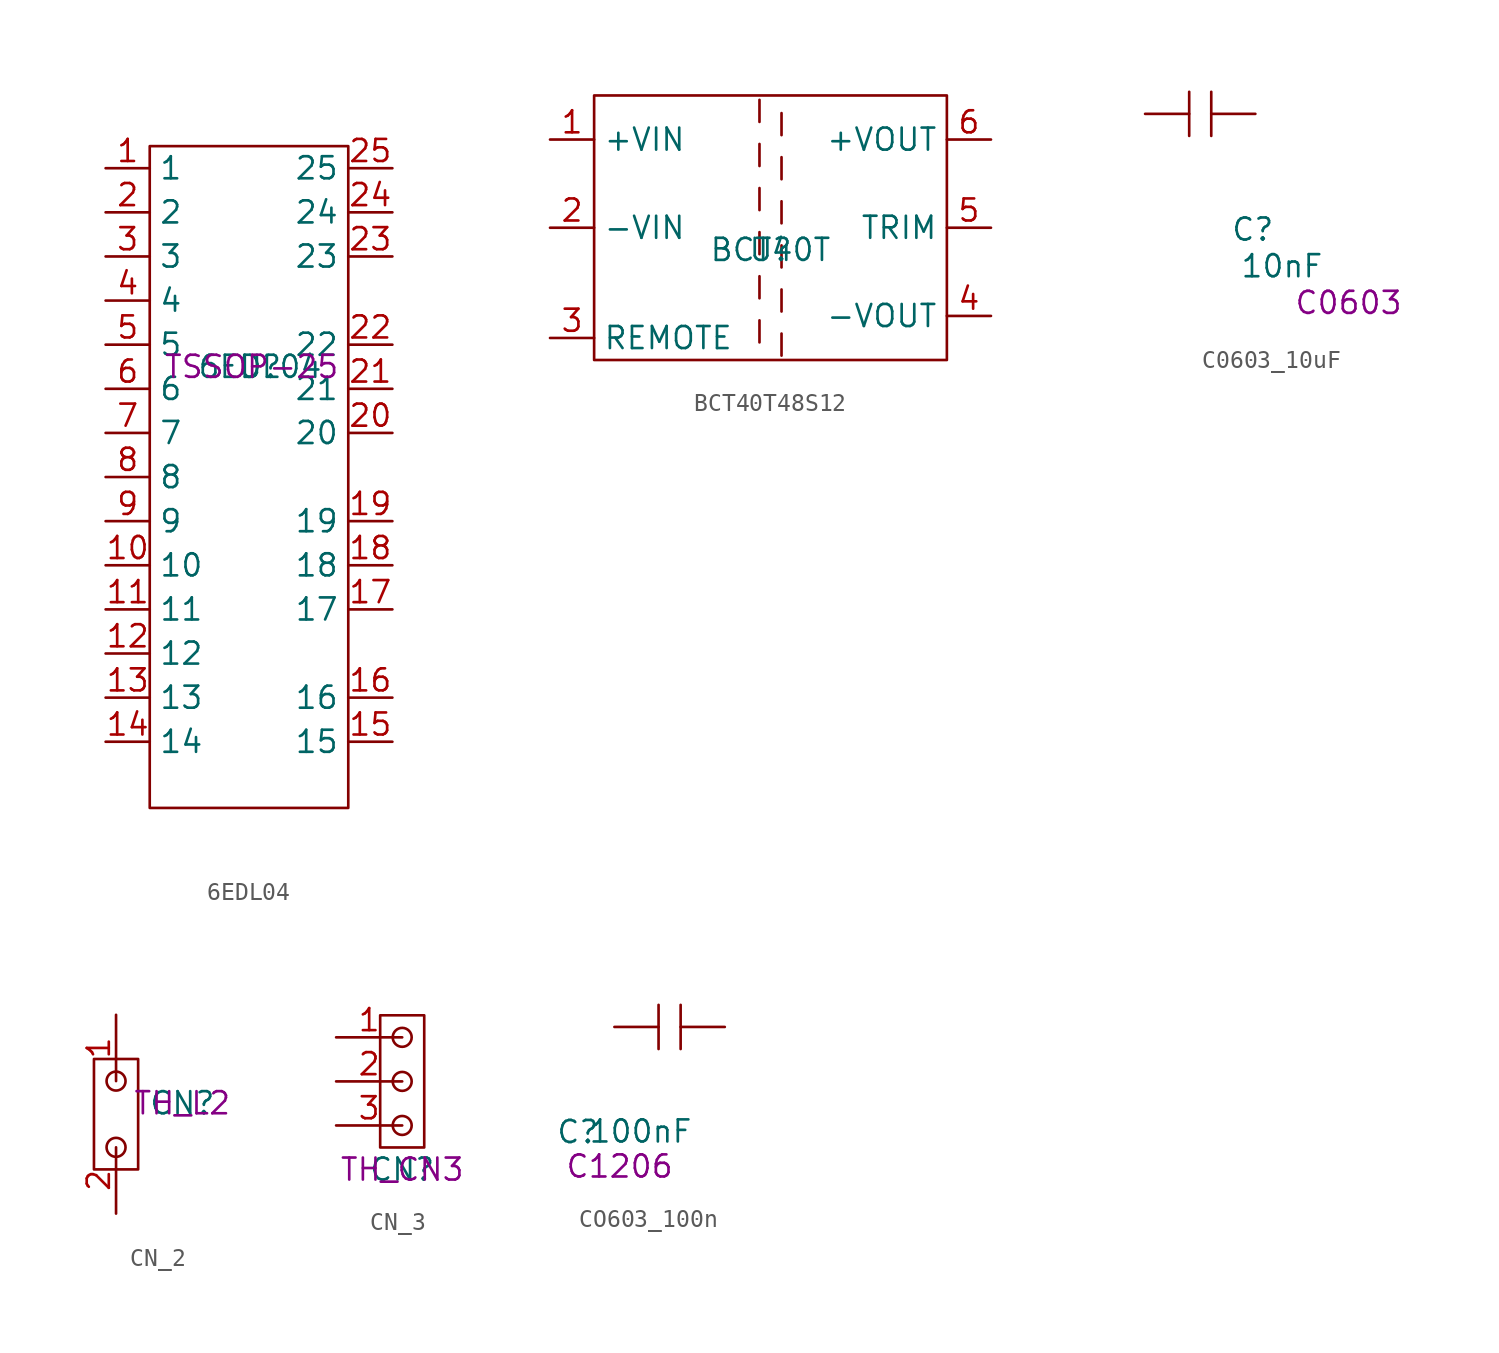
<source format=kicad_sym>
(kicad_symbol_lib
  (version 20241209)
  (generator "kicad_symbol_editor")
  (generator_version "9.0")
  (symbol "6EDL04"
    (property "Reference" "U"
      (at 0 0 0)
      (effects (font (size 1.27 1.27))))
    (property "Value" "6EDL04"
      (at 0 0 0)
      (effects (font (size 1.27 1.27))))
    (property "PCB footprint" "TSSOP-25 "
      (at 0 0 0)
      (effects (font (size 1.27 1.27))))
    (symbol "6EDL04_0_1"
      (rectangle (start -6.35 12.7) (end 5.08 -25.4) (stroke (width 0) (type default)) (fill (type none))))
    (symbol "6EDL04_1_1"
      (pin passive line (at -8.89 11.43 0) (length 2.54) (name "1" (effects (font (size 1.27 1.27)))) (number "1" (effects (font (size 1.27 1.27)))))
      (pin passive line (at -8.89 8.89 0) (length 2.54) (name "2" (effects (font (size 1.27 1.27)))) (number "2" (effects (font (size 1.27 1.27)))))
      (pin passive line (at -8.89 6.35 0) (length 2.54) (name "3" (effects (font (size 1.27 1.27)))) (number "3" (effects (font (size 1.27 1.27)))))
      (pin passive line (at -8.89 3.81 0) (length 2.54) (name "4" (effects (font (size 1.27 1.27)))) (number "4" (effects (font (size 1.27 1.27)))))
      (pin passive line (at -8.89 1.27 0) (length 2.54) (name "5" (effects (font (size 1.27 1.27)))) (number "5" (effects (font (size 1.27 1.27)))))
      (pin passive line (at -8.89 -1.27 0) (length 2.54) (name "6" (effects (font (size 1.27 1.27)))) (number "6" (effects (font (size 1.27 1.27)))))
      (pin passive line (at -8.89 -3.81 0) (length 2.54) (name "7" (effects (font (size 1.27 1.27)))) (number "7" (effects (font (size 1.27 1.27)))))
      (pin passive line (at -8.89 -6.35 0) (length 2.54) (name "8" (effects (font (size 1.27 1.27)))) (number "8" (effects (font (size 1.27 1.27)))))
      (pin passive line (at -8.89 -8.89 0) (length 2.54) (name "9" (effects (font (size 1.27 1.27)))) (number "9" (effects (font (size 1.27 1.27)))))
      (pin passive line (at -8.89 -11.43 0) (length 2.54) (name "10" (effects (font (size 1.27 1.27)))) (number "10" (effects (font (size 1.27 1.27)))))
      (pin passive line (at -8.89 -13.97 0) (length 2.54) (name "11" (effects (font (size 1.27 1.27)))) (number "11" (effects (font (size 1.27 1.27)))))
      (pin passive line (at -8.89 -16.51 0) (length 2.54) (name "12" (effects (font (size 1.27 1.27)))) (number "12" (effects (font (size 1.27 1.27)))))
      (pin passive line (at -8.89 -19.05 0) (length 2.54) (name "13" (effects (font (size 1.27 1.27)))) (number "13" (effects (font (size 1.27 1.27)))))
      (pin passive line (at -8.89 -21.59 0) (length 2.54) (name "14" (effects (font (size 1.27 1.27)))) (number "14" (effects (font (size 1.27 1.27)))))
      (pin passive line (at 7.62 11.43 180) (length 2.54) (name "25" (effects (font (size 1.27 1.27)))) (number "25" (effects (font (size 1.27 1.27)))))
      (pin passive line (at 7.62 8.89 180) (length 2.54) (name "24" (effects (font (size 1.27 1.27)))) (number "24" (effects (font (size 1.27 1.27)))))
      (pin passive line (at 7.62 6.35 180) (length 2.54) (name "23" (effects (font (size 1.27 1.27)))) (number "23" (effects (font (size 1.27 1.27)))))
      (pin passive line (at 7.62 1.27 180) (length 2.54) (name "22" (effects (font (size 1.27 1.27)))) (number "22" (effects (font (size 1.27 1.27)))))
      (pin passive line (at 7.62 -1.27 180) (length 2.54) (name "21" (effects (font (size 1.27 1.27)))) (number "21" (effects (font (size 1.27 1.27)))))
      (pin passive line (at 7.62 -3.81 180) (length 2.54) (name "20" (effects (font (size 1.27 1.27)))) (number "20" (effects (font (size 1.27 1.27)))))
      (pin passive line (at 7.62 -8.89 180) (length 2.54) (name "19" (effects (font (size 1.27 1.27)))) (number "19" (effects (font (size 1.27 1.27)))))
      (pin passive line (at 7.62 -11.43 180) (length 2.54) (name "18" (effects (font (size 1.27 1.27)))) (number "18" (effects (font (size 1.27 1.27)))))
      (pin passive line (at 7.62 -13.97 180) (length 2.54) (name "17" (effects (font (size 1.27 1.27)))) (number "17" (effects (font (size 1.27 1.27)))))
      (pin passive line (at 7.62 -19.05 180) (length 2.54) (name "16" (effects (font (size 1.27 1.27)))) (number "16" (effects (font (size 1.27 1.27)))))
      (pin passive line (at 7.62 -21.59 180) (length 2.54) (name "15" (effects (font (size 1.27 1.27)))) (number "15" (effects (font (size 1.27 1.27)))))))
  (symbol "BCT40T48S12"
    (property "Reference" "U"
      (at 0 0 0)
      (effects (font (size 1.27 1.27))))
    (property "Value" "BCT40T"
      (at 0 0 0)
      (effects (font (size 1.27 1.27))))
    (symbol "BCT40T48S12_0_1"
      (polyline (pts (xy -0.635 8.636) (xy -0.635 7.366)) (stroke (width 0) (type default)) (fill (type none)))
      (polyline (pts (xy -0.635 6.096) (xy -0.635 4.826)) (stroke (width 0) (type default)) (fill (type none)))
      (polyline (pts (xy -0.635 3.556) (xy -0.635 2.286)) (stroke (width 0) (type default)) (fill (type none)))
      (polyline (pts (xy -0.635 1.016) (xy -0.635 -0.254)) (stroke (width 0) (type default)) (fill (type none)))
      (polyline (pts (xy -0.635 -1.524) (xy -0.635 -2.794)) (stroke (width 0) (type default)) (fill (type none)))
      (polyline (pts (xy -0.635 -4.064) (xy -0.635 -5.334)) (stroke (width 0) (type default)) (fill (type none)))
      (polyline (pts (xy 0.635 6.604) (xy 0.635 7.874)) (stroke (width 0) (type default)) (fill (type none)))
      (polyline (pts (xy 0.635 4.064) (xy 0.635 5.334)) (stroke (width 0) (type default)) (fill (type none)))
      (polyline (pts (xy 0.635 1.524) (xy 0.635 2.794)) (stroke (width 0) (type default)) (fill (type none)))
      (polyline (pts (xy 0.635 -1.016) (xy 0.635 0.254)) (stroke (width 0) (type default)) (fill (type none)))
      (polyline (pts (xy 0.635 -3.556) (xy 0.635 -2.286)) (stroke (width 0) (type default)) (fill (type none)))
      (polyline (pts (xy 0.635 -6.096) (xy 0.635 -4.826)) (stroke (width 0) (type default)) (fill (type none))))
    (symbol "BCT40T48S12_1_1"
      (rectangle (start -10.16 8.89) (end 10.16 -6.35) (stroke (width 0) (type default)) (fill (type none)))
      (pin power_in line (at -12.7 6.35 0) (length 2.54) (name "+VIN" (effects (font (size 1.27 1.27)))) (number "1" (effects (font (size 1.27 1.27)))))
      (pin power_in line (at -12.7 1.27 0) (length 2.54) (name "-VIN" (effects (font (size 1.27 1.27)))) (number "2" (effects (font (size 1.27 1.27)))))
      (pin power_in line (at -12.7 -5.08 0) (length 2.54) (name "REMOTE" (effects (font (size 1.27 1.27)))) (number "3" (effects (font (size 1.27 1.27)))))
      (pin power_out line (at 12.7 6.35 180) (length 2.54) (name "+VOUT" (effects (font (size 1.27 1.27)))) (number "6" (effects (font (size 1.27 1.27)))))
      (pin power_out line (at 12.7 1.27 180) (length 2.54) (name "TRIM" (effects (font (size 1.27 1.27)))) (number "5" (effects (font (size 1.27 1.27)))))
      (pin power_out line (at 12.7 -3.81 180) (length 2.54) (name "-VOUT" (effects (font (size 1.27 1.27)))) (number "4" (effects (font (size 1.27 1.27)))))))
  (symbol "C0603_10uF"
    (pin_numbers
      (hide yes))
    (pin_names
      (hide yes))
    (property "Reference" "C"
      (at -3.96 -14.278 0)
      (effects (font (size 1.27 1.27))))
    (property "Value" "10nF"
      (at -2.28 -16.389 0)
      (effects (font (size 1.27 1.27))))
    (property "PCB footprint" "C0603"
      (at 1.558 -18.5 0)
      (effects (font (size 1.27 1.27))))
    (symbol "C0603_10uF_0_1"
      (polyline (pts (xy -7.62 -6.35) (xy -7.62 -8.89)) (stroke (width 0) (type default)) (fill (type none)))
      (polyline (pts (xy -6.35 -6.35) (xy -6.35 -8.89)) (stroke (width 0) (type default)) (fill (type none))))
    (symbol "C0603_10uF_1_1"
      (pin input line (at -10.16 -7.62 0) (length 2.54) (name "1" (effects (font (size 1.27 1.27)))) (number "1" (effects (font (size 1.27 1.27)))))
      (pin output line (at -3.81 -7.62 180) (length 2.54) (name "2" (effects (font (size 1.27 1.27)))) (number "2" (effects (font (size 1.27 1.27)))))))
  (symbol "CN_2"
    (pin_names
      (hide yes))
    (property "Reference" "CN"
      (at 0 0 0)
      (effects (font (size 1.27 1.27))))
    (property "Value" ""
      (at 0 0 0)
      (effects (font (size 1.27 1.27))))
    (property "PCB footprint" "TH_L2"
      (at 0 0 0)
      (effects (font (size 1.27 1.27))))
    (symbol "CN_2_0_1"
      (rectangle (start -5.08 2.54) (end -2.54 -3.81) (stroke (width 0) (type default)) (fill (type none)))
      (circle (center -3.81 1.27) (radius 0.546) (stroke (width 0) (type default)) (fill (type none)))
      (circle (center -3.81 -2.54) (radius 0.546) (stroke (width 0) (type default)) (fill (type none))))
    (symbol "CN_2_1_1"
      (pin passive line (at -3.81 5.08 270) (length 3.81) (name "Pin_1" (effects (font (size 1.27 1.27)))) (number "1" (effects (font (size 1.27 1.27)))))
      (pin passive line (at -3.81 -6.35 90) (length 3.81) (name "Pin_2" (effects (font (size 1.27 1.27)))) (number "2" (effects (font (size 1.27 1.27)))))))
  (symbol "CN_3"
    (pin_names
      (hide yes))
    (property "Reference" "CN"
      (at 0 0 0)
      (effects (font (size 1.27 1.27))))
    (property "Value" ""
      (at 0 0 0)
      (effects (font (size 1.27 1.27))))
    (property "PCB footprint" "TH_CN3"
      (at 0 0 0)
      (effects (font (size 1.27 1.27))))
    (symbol "CN_3_0_1"
      (rectangle (start -1.27 8.89) (end 1.27 1.27) (stroke (width 0) (type default)) (fill (type none)))
      (circle (center 0 7.62) (radius 0.546) (stroke (width 0) (type default)) (fill (type none)))
      (circle (center 0 5.08) (radius 0.546) (stroke (width 0) (type default)) (fill (type none)))
      (circle (center 0 2.54) (radius 0.546) (stroke (width 0) (type default)) (fill (type none))))
    (symbol "CN_3_1_1"
      (pin passive line (at -3.81 7.62 0) (length 3.81) (name "Pin_1" (effects (font (size 1.27 1.27)))) (number "1" (effects (font (size 1.27 1.27)))))
      (pin passive line (at -3.81 5.08 0) (length 3.81) (name "Pin_2" (effects (font (size 1.27 1.27)))) (number "2" (effects (font (size 1.27 1.27)))))
      (pin passive line (at -3.81 2.54 0) (length 3.81) (name "Pin_3" (effects (font (size 1.27 1.27)))) (number "3" (effects (font (size 1.27 1.27)))))))
  (symbol "CO603_100n"
    (pin_numbers
      (hide yes))
    (pin_names
      (hide yes))
    (property "Reference" "C"
      (at 0.435 5.391 0)
      (effects (font (size 1.27 1.27))))
    (property "Value" "100nF"
      (at 4.042 5.423 0)
      (effects (font (size 1.27 1.27))))
    (property "PCB footprint" "C1206"
      (at 2.839 3.409 0)
      (effects (font (size 1.27 1.27))))
    (symbol "CO603_100n_0_1"
      (polyline (pts (xy 5.08 12.7) (xy 5.08 10.16)) (stroke (width 0) (type default)) (fill (type none)))
      (polyline (pts (xy 6.35 12.7) (xy 6.35 10.16)) (stroke (width 0) (type default)) (fill (type none))))
    (symbol "CO603_100n_1_1"
      (pin passive line (at 2.54 11.43 0) (length 2.54) (name "1" (effects (font (size 1.27 1.27)))) (number "1" (effects (font (size 1.27 1.27)))))
      (pin passive line (at 8.89 11.43 180) (length 2.54) (name "2" (effects (font (size 1.27 1.27)))) (number "2" (effects (font (size 1.27 1.27))))))))
</source>
